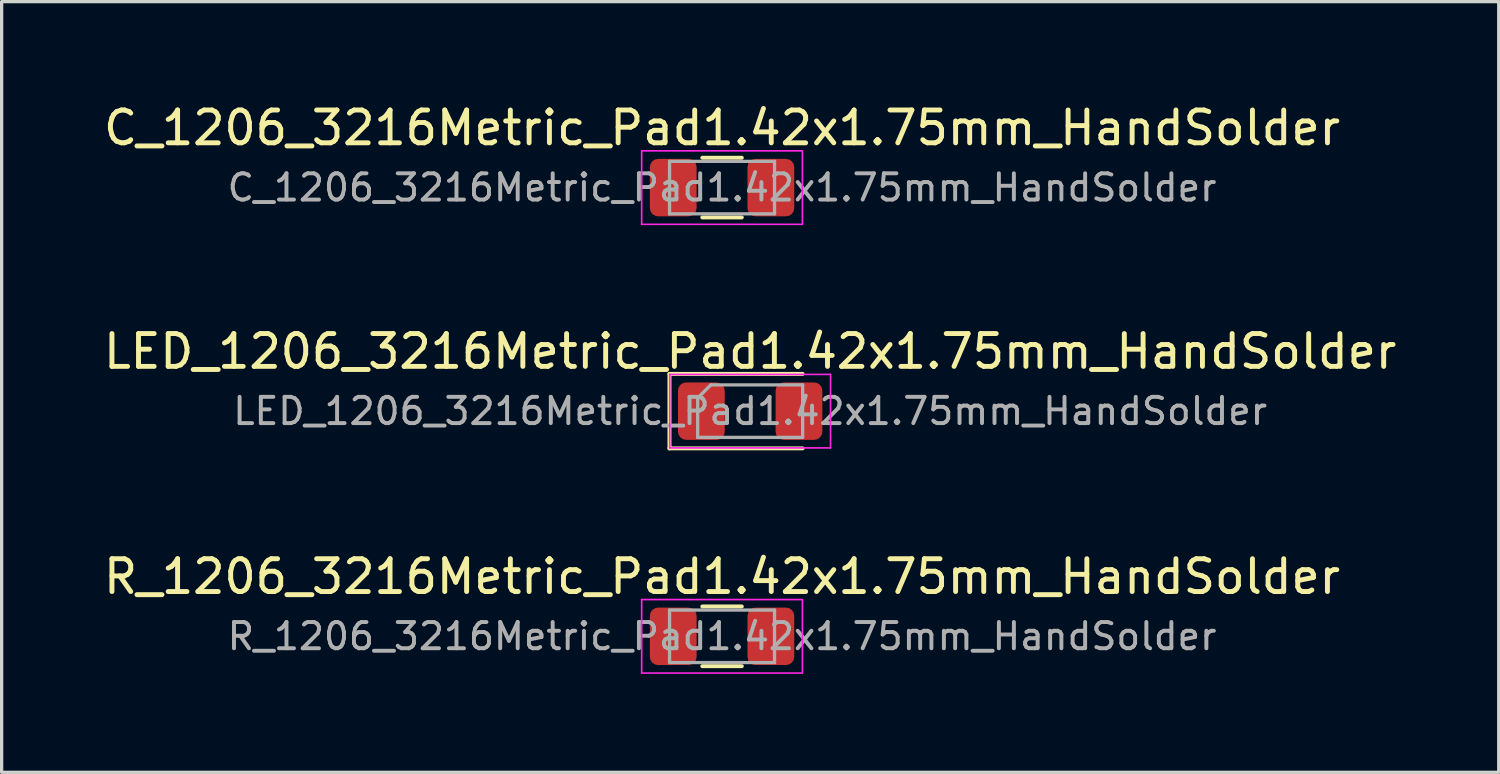
<source format=kicad_pcb>
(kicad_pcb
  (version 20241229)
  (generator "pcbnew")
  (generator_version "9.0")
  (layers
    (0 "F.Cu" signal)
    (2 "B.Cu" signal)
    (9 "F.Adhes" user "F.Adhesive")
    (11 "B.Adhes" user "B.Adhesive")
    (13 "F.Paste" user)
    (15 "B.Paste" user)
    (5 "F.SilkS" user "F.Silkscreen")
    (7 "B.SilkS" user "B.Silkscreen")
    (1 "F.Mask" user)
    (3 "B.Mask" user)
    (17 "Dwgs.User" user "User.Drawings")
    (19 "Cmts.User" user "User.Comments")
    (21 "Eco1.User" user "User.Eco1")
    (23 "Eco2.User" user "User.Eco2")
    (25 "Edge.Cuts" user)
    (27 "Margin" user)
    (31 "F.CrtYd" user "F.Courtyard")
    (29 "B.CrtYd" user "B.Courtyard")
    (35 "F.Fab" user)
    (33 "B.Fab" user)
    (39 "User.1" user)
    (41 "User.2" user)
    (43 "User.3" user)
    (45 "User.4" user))
  (footprint "R_1206_3216Metric_Pad1.42x1.75mm_HandSolder"
    (layer "F.Cu")
    (at 18.958 16.345)
    (property "Reference" "R_1206_3216Metric_Pad1.42x1.75mm_HandSolder" (at 0 -1.82 0) (layer "F.SilkS") (effects (font (size 1 1) (thickness 0.15))))
    (attr smd)
    (fp_line (start -0.602 -0.91) (end 0.602 -0.91) (stroke (width 0.12) (type solid)) (layer "F.SilkS"))
    (fp_line (start -0.602 0.91) (end 0.602 0.91) (stroke (width 0.12) (type solid)) (layer "F.SilkS"))
    (fp_line (start -2.45 -1.12) (end 2.45 -1.12) (stroke (width 0.05) (type solid)) (layer "F.CrtYd"))
    (fp_line (start -2.45 1.12) (end -2.45 -1.12) (stroke (width 0.05) (type solid)) (layer "F.CrtYd"))
    (fp_line (start 2.45 -1.12) (end 2.45 1.12) (stroke (width 0.05) (type solid)) (layer "F.CrtYd"))
    (fp_line (start 2.45 1.12) (end -2.45 1.12) (stroke (width 0.05) (type solid)) (layer "F.CrtYd"))
    (fp_line (start -1.6 -0.8) (end 1.6 -0.8) (stroke (width 0.1) (type solid)) (layer "F.Fab"))
    (fp_line (start -1.6 0.8) (end -1.6 -0.8) (stroke (width 0.1) (type solid)) (layer "F.Fab"))
    (fp_line (start 1.6 -0.8) (end 1.6 0.8) (stroke (width 0.1) (type solid)) (layer "F.Fab"))
    (fp_line (start 1.6 0.8) (end -1.6 0.8) (stroke (width 0.1) (type solid)) (layer "F.Fab"))
    (fp_text user "${REFERENCE}" (at 0 0 0) (layer "F.Fab") (effects (font (size 0.8 0.8) (thickness 0.12))))
    (pad "1" smd roundrect (at -1.488 0) (size 1.425 1.75) (layers "F.Cu" "F.Mask" "F.Paste") (roundrect_rratio 0.175))
    (pad "2" smd roundrect (at 1.488 0) (size 1.425 1.75) (layers "F.Cu" "F.Mask" "F.Paste") (roundrect_rratio 0.175)))
  (footprint "C_1206_3216Metric_Pad1.42x1.75mm_HandSolder"
    (layer "F.Cu")
    (at 18.958 2.668)
    (property "Reference" "C_1206_3216Metric_Pad1.42x1.75mm_HandSolder" (at 0 -1.82 180) (layer "F.SilkS") (effects (font (size 1 1) (thickness 0.15))))
    (attr smd)
    (fp_line (start -0.602 -0.91) (end 0.602 -0.91) (stroke (width 0.12) (type solid)) (layer "F.SilkS"))
    (fp_line (start -0.602 0.91) (end 0.602 0.91) (stroke (width 0.12) (type solid)) (layer "F.SilkS"))
    (fp_line (start -2.45 -1.12) (end 2.45 -1.12) (stroke (width 0.05) (type solid)) (layer "F.CrtYd"))
    (fp_line (start -2.45 1.12) (end -2.45 -1.12) (stroke (width 0.05) (type solid)) (layer "F.CrtYd"))
    (fp_line (start 2.45 -1.12) (end 2.45 1.12) (stroke (width 0.05) (type solid)) (layer "F.CrtYd"))
    (fp_line (start 2.45 1.12) (end -2.45 1.12) (stroke (width 0.05) (type solid)) (layer "F.CrtYd"))
    (fp_line (start -1.6 -0.8) (end 1.6 -0.8) (stroke (width 0.1) (type solid)) (layer "F.Fab"))
    (fp_line (start -1.6 0.8) (end -1.6 -0.8) (stroke (width 0.1) (type solid)) (layer "F.Fab"))
    (fp_line (start 1.6 -0.8) (end 1.6 0.8) (stroke (width 0.1) (type solid)) (layer "F.Fab"))
    (fp_line (start 1.6 0.8) (end -1.6 0.8) (stroke (width 0.1) (type solid)) (layer "F.Fab"))
    (fp_text user "${REFERENCE}" (at 0 0 180) (layer "F.Fab") (effects (font (size 0.8 0.8) (thickness 0.12))))
    (pad "1" smd roundrect (at -1.488 0) (size 1.425 1.75) (layers "F.Cu" "F.Mask" "F.Paste") (roundrect_rratio 0.175))
    (pad "2" smd roundrect (at 1.488 0) (size 1.425 1.75) (layers "F.Cu" "F.Mask" "F.Paste") (roundrect_rratio 0.175)))
  (footprint "LED_1206_3216Metric_Pad1.42x1.75mm_HandSolder"
    (layer "F.Cu")
    (at 19.815 9.482)
    (property "Reference" "LED_1206_3216Metric_Pad1.42x1.75mm_HandSolder" (at 0 -1.82 0) (layer "F.SilkS") (effects (font (size 1 1) (thickness 0.15))))
    (attr smd)
    (fp_line (start -2.46 -1.135) (end -2.46 1.135) (stroke (width 0.12) (type solid)) (layer "F.SilkS"))
    (fp_line (start -2.46 1.135) (end 1.6 1.135) (stroke (width 0.12) (type solid)) (layer "F.SilkS"))
    (fp_line (start 1.6 -1.135) (end -2.46 -1.135) (stroke (width 0.12) (type solid)) (layer "F.SilkS"))
    (fp_line (start -2.45 -1.12) (end 2.45 -1.12) (stroke (width 0.05) (type solid)) (layer "F.CrtYd"))
    (fp_line (start -2.45 1.12) (end -2.45 -1.12) (stroke (width 0.05) (type solid)) (layer "F.CrtYd"))
    (fp_line (start 2.45 -1.12) (end 2.45 1.12) (stroke (width 0.05) (type solid)) (layer "F.CrtYd"))
    (fp_line (start 2.45 1.12) (end -2.45 1.12) (stroke (width 0.05) (type solid)) (layer "F.CrtYd"))
    (fp_line (start -1.6 -0.4) (end -1.6 0.8) (stroke (width 0.1) (type solid)) (layer "F.Fab"))
    (fp_line (start -1.6 0.8) (end 1.6 0.8) (stroke (width 0.1) (type solid)) (layer "F.Fab"))
    (fp_line (start -1.2 -0.8) (end -1.6 -0.4) (stroke (width 0.1) (type solid)) (layer "F.Fab"))
    (fp_line (start 1.6 -0.8) (end -1.2 -0.8) (stroke (width 0.1) (type solid)) (layer "F.Fab"))
    (fp_line (start 1.6 0.8) (end 1.6 -0.8) (stroke (width 0.1) (type solid)) (layer "F.Fab"))
    (fp_text user "${REFERENCE}" (at 0 0 0) (layer "F.Fab") (effects (font (size 0.8 0.8) (thickness 0.12))))
    (pad "1" smd roundrect (at -1.488 0) (size 1.425 1.75) (layers "F.Cu" "F.Mask" "F.Paste") (roundrect_rratio 0.175))
    (pad "2" smd roundrect (at 1.488 0) (size 1.425 1.75) (layers "F.Cu" "F.Mask" "F.Paste") (roundrect_rratio 0.175)))
  (gr_rect
    (start -3 -3)
    (end 42.631 20.49)
    (stroke (width 0.1) (type default))
    (fill no)
    (layer "Edge.Cuts")))
</source>
